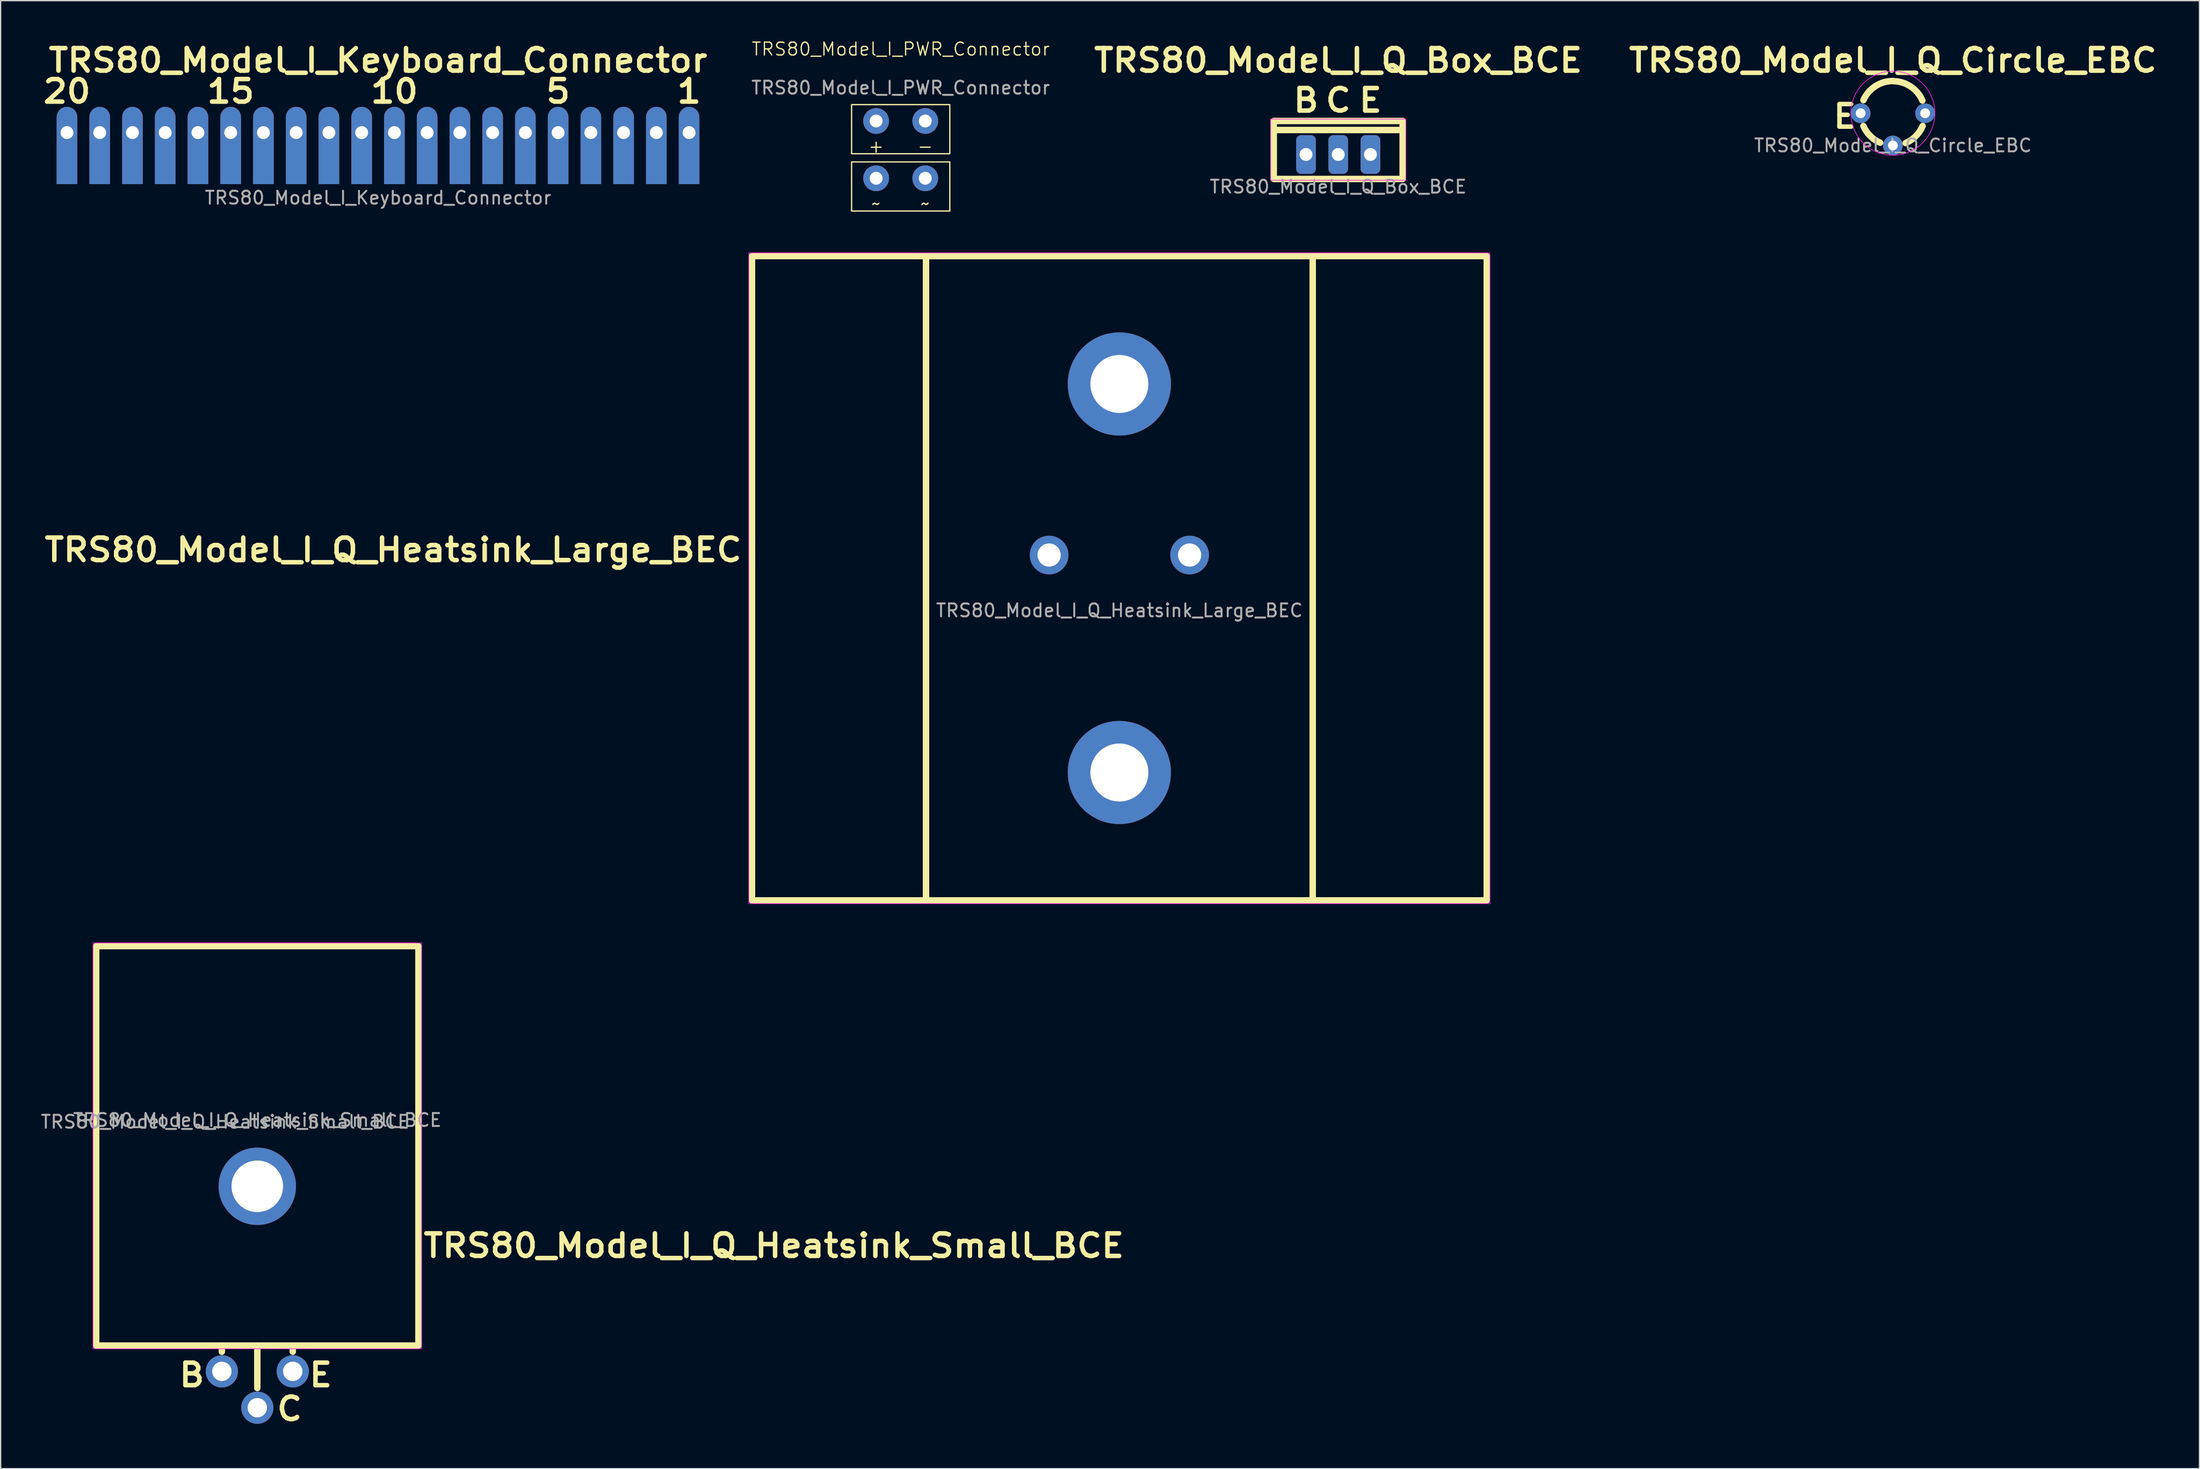
<source format=kicad_pcb>
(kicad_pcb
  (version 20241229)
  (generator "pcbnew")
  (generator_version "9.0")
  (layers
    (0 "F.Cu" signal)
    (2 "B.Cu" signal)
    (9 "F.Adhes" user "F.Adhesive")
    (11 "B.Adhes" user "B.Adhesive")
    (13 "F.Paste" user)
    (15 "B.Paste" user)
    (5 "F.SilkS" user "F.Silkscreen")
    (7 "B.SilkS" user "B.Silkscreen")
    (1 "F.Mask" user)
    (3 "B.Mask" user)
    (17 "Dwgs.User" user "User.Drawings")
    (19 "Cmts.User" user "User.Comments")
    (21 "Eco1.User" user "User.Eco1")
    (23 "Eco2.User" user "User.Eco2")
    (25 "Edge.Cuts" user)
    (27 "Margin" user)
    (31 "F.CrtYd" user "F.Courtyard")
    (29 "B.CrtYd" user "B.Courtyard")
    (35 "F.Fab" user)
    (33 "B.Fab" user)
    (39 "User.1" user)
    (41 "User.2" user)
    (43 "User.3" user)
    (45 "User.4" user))
  (footprint "TRS80_Model_I_Q_Circle_EBC"
    (layer "F.Cu")
    (at 143.788 5.738)
    (property "Reference" "TRS80_Model_I_Q_Circle_EBC" (at 0 -4.1 0) (unlocked yes) (layer "F.SilkS") (effects (font (size 1.75 1.9) (thickness 0.35) (bold yes))))
    (attr through_hole)
    (fp_arc (start -2.285999 -1.016) (mid -1.36316 -2.09758) (end 0 -2.501609) (stroke (width 0.5) (type default)) (layer "F.SilkS"))
    (fp_arc (start -0.990601 2.286) (mid -1.761688 1.761687) (end -2.286 0.9906) (stroke (width 0.5) (type default)) (layer "F.SilkS"))
    (fp_arc (start 0 -2.491401) (mid 1.367315 -2.082674) (end 2.285999 -0.9906) (stroke (width 0.5) (type default)) (layer "F.SilkS"))
    (fp_arc (start 2.3114 0.9906) (mid 1.778181 1.778181) (end 0.9906 2.311399) (stroke (width 0.5) (type default)) (layer "F.SilkS"))
    (fp_circle (center 0 0) (end 3.25 0.25) (stroke (width 0.05) (type default)) (fill no) (layer "F.CrtYd"))
    (fp_text user "E" (at -4.826 1.27 0) (unlocked yes) (layer "F.SilkS") (effects (font (size 1.75 1.9) (thickness 0.35) (bold yes)) (justify left bottom)))
    (fp_text user "${REFERENCE}" (at 0 2.5 0) (unlocked yes) (layer "F.Fab") (effects (font (size 1 1) (thickness 0.15))))
    (pad "1" thru_hole circle (at -2.5 0) (size 1.524 1.524) (drill 0.762) (layers "*.Cu" "*.Mask"))
    (pad "2" thru_hole circle (at 0 2.5) (size 1.524 1.524) (drill 0.762) (layers "*.Cu" "*.Mask"))
    (pad "3" thru_hole circle (at 2.5 0) (size 1.524 1.524) (drill 0.762) (layers "*.Cu" "*.Mask")))
  (footprint "TRS80_Model_I_Q_Heatsink_Small_BCE"
    (layer "F.Cu")
    (at 16.911 85.871)
    (property "Reference" "TRS80_Model_I_Q_Heatsink_Small_BCE" (at 12.7 7.747 0) (unlocked yes) (layer "F.SilkS") (effects (font (size 1.75 1.9) (thickness 0.35) (bold yes)) (justify left)))
    (attr through_hole)
    (fp_line (start -2.75 15.977) (end -2.75 15.5) (stroke (width 0.5) (type default)) (layer "F.SilkS"))
    (fp_line (start 0 18.796) (end 0 15.5) (stroke (width 0.5) (type default)) (layer "F.SilkS"))
    (fp_line (start 2.75 15.977) (end 2.75 15.75) (stroke (width 0.5) (type default)) (layer "F.SilkS"))
    (fp_rect (start -12.5 -15.5) (end 12.5 15.5) (stroke (width 0.5) (type default)) (fill no) (layer "F.SilkS"))
    (fp_rect (start -12.75 -15.75) (end 12.75 15.75) (stroke (width 0.05) (type default)) (fill no) (layer "F.CrtYd"))
    (fp_text user "B" (at -5.08 17.78 0) (unlocked yes) (layer "F.SilkS") (effects (font (size 1.75 1.9) (thickness 0.35) (bold yes))))
    (fp_text user "E" (at 4.92 17.78 0) (unlocked yes) (layer "F.SilkS") (effects (font (size 1.75 1.9) (thickness 0.35) (bold yes))))
    (fp_text user "C" (at 2.5 20.41 0) (unlocked yes) (layer "F.SilkS") (effects (font (size 1.75 1.9) (thickness 0.35) (bold yes))))
    (fp_text user "${REFERENCE}" (at -2.5 -1.863 0) (unlocked yes) (layer "F.Fab") (effects (font (size 1 1) (thickness 0.15))))
    (fp_text user "${REFERENCE}" (at 0 -2 0) (unlocked yes) (layer "F.Fab") (effects (font (size 1 1) (thickness 0.15))))
    (pad "1" thru_hole circle (at -2.75 17.5) (size 2.5 2.5) (drill 1.5) (layers "*.Cu" "*.Mask"))
    (pad "2" thru_hole circle (at 0 3.138) (size 6 6) (drill 4) (layers "*.Cu" "*.Mask"))
    (pad "2" thru_hole circle (at 0 20.32) (size 2.5 2.5) (drill 1.5) (layers "*.Cu" "*.Mask"))
    (pad "3" thru_hole circle (at 2.75 17.5) (size 2.5 2.5) (drill 1.5) (layers "*.Cu" "*.Mask")))
  (footprint "TRS80_Model_I_Keyboard_Connector"
    (layer "F.Cu")
    (at 26.275 2.138)
    (property "Reference" "TRS80_Model_I_Keyboard_Connector" (at 0 -0.5 0) (unlocked yes) (layer "F.SilkS") (effects (font (size 1.75 1.9) (thickness 0.35) (bold yes))))
    (attr through_hole)
    (fp_text user "20" (at -24.13 1.905 0) (unlocked yes) (layer "F.SilkS") (effects (font (size 1.75 1.9) (thickness 0.35) (bold yes))))
    (fp_text user "1" (at 24.13 1.905 0) (unlocked yes) (layer "F.SilkS") (effects (font (size 1.75 1.9) (thickness 0.35) (bold yes))))
    (fp_text user "15" (at -11.43 1.905 0) (unlocked yes) (layer "F.SilkS") (effects (font (size 1.75 1.9) (thickness 0.35) (bold yes))))
    (fp_text user "5" (at 13.97 1.905 0) (unlocked yes) (layer "F.SilkS") (effects (font (size 1.75 1.9) (thickness 0.35) (bold yes))))
    (fp_text user "10" (at 1.27 1.905 0) (unlocked yes) (layer "F.SilkS") (effects (font (size 1.75 1.9) (thickness 0.35) (bold yes))))
    (fp_text user "${REFERENCE}" (at 0 10.16 0) (unlocked yes) (layer "F.Fab") (effects (font (size 1 1) (thickness 0.15))))
    (pad "1" thru_hole roundrect (at 24.13 5.1) (size 1.6 6) (drill 1 (offset 0 1)) (layers "*.Cu" "*.Mask") (roundrect_rratio 0.5) (chamfer_ratio 0) (chamfer bottom_left bottom_right))
    (pad "2" thru_hole roundrect (at 21.59 5.1) (size 1.6 6) (drill 1 (offset 0 1)) (layers "*.Cu" "*.Mask") (roundrect_rratio 0.5) (chamfer_ratio 0) (chamfer bottom_left bottom_right))
    (pad "3" thru_hole roundrect (at 19.05 5.1) (size 1.6 6) (drill 1 (offset 0 1)) (layers "*.Cu" "*.Mask") (roundrect_rratio 0.5) (chamfer_ratio 0) (chamfer bottom_left bottom_right))
    (pad "4" thru_hole roundrect (at 16.51 5.1) (size 1.6 6) (drill 1 (offset 0 1)) (layers "*.Cu" "*.Mask") (roundrect_rratio 0.5) (chamfer_ratio 0) (chamfer bottom_left bottom_right))
    (pad "5" thru_hole roundrect (at 13.97 5.1) (size 1.6 6) (drill 1 (offset 0 1)) (layers "*.Cu" "*.Mask") (roundrect_rratio 0.5) (chamfer_ratio 0) (chamfer bottom_left bottom_right))
    (pad "6" thru_hole roundrect (at 11.43 5.1) (size 1.6 6) (drill 1 (offset 0 1)) (layers "*.Cu" "*.Mask") (roundrect_rratio 0.5) (chamfer_ratio 0) (chamfer bottom_left bottom_right))
    (pad "7" thru_hole roundrect (at 8.89 5.1) (size 1.6 6) (drill 1 (offset 0 1)) (layers "*.Cu" "*.Mask") (roundrect_rratio 0.5) (chamfer_ratio 0) (chamfer bottom_left bottom_right))
    (pad "8" thru_hole roundrect (at 6.35 5.1) (size 1.6 6) (drill 1 (offset 0 1)) (layers "*.Cu" "*.Mask") (roundrect_rratio 0.5) (chamfer_ratio 0) (chamfer bottom_left bottom_right))
    (pad "9" thru_hole roundrect (at 3.81 5.1) (size 1.6 6) (drill 1 (offset 0 1)) (layers "*.Cu" "*.Mask") (roundrect_rratio 0.5) (chamfer_ratio 0) (chamfer bottom_left bottom_right))
    (pad "10" thru_hole roundrect (at 1.27 5.1) (size 1.6 6) (drill 1 (offset 0 1)) (layers "*.Cu" "*.Mask") (roundrect_rratio 0.5) (chamfer_ratio 0) (chamfer bottom_left bottom_right))
    (pad "11" thru_hole roundrect (at -1.27 5.1) (size 1.6 6) (drill 1 (offset 0 1)) (layers "*.Cu" "*.Mask") (roundrect_rratio 0.5) (chamfer_ratio 0) (chamfer bottom_left bottom_right))
    (pad "12" thru_hole roundrect (at -3.81 5.1) (size 1.6 6) (drill 1 (offset 0 1)) (layers "*.Cu" "*.Mask") (roundrect_rratio 0.5) (chamfer_ratio 0) (chamfer bottom_left bottom_right))
    (pad "13" thru_hole roundrect (at -6.35 5.1) (size 1.6 6) (drill 1 (offset 0 1)) (layers "*.Cu" "*.Mask") (roundrect_rratio 0.5) (chamfer_ratio 0) (chamfer bottom_left bottom_right))
    (pad "14" thru_hole roundrect (at -8.89 5.1) (size 1.6 6) (drill 1 (offset 0 1)) (layers "*.Cu" "*.Mask") (roundrect_rratio 0.5) (chamfer_ratio 0) (chamfer bottom_left bottom_right))
    (pad "15" thru_hole roundrect (at -11.43 5.1) (size 1.6 6) (drill 1 (offset 0 1)) (layers "*.Cu" "*.Mask") (roundrect_rratio 0.5) (chamfer_ratio 0) (chamfer bottom_left bottom_right))
    (pad "16" thru_hole roundrect (at -13.97 5.1) (size 1.6 6) (drill 1 (offset 0 1)) (layers "*.Cu" "*.Mask") (roundrect_rratio 0.5) (chamfer_ratio 0) (chamfer bottom_left bottom_right))
    (pad "17" thru_hole roundrect (at -16.51 5.1) (size 1.6 6) (drill 1 (offset 0 1)) (layers "*.Cu" "*.Mask") (roundrect_rratio 0.5) (chamfer_ratio 0) (chamfer bottom_left bottom_right))
    (pad "18" thru_hole roundrect (at -19.05 5.1) (size 1.6 6) (drill 1 (offset 0 1)) (layers "*.Cu" "*.Mask") (roundrect_rratio 0.5) (chamfer_ratio 0) (chamfer bottom_left bottom_right))
    (pad "19" thru_hole roundrect (at -21.59 5.1) (size 1.6 6) (drill 1 (offset 0 1)) (layers "*.Cu" "*.Mask") (roundrect_rratio 0.5) (chamfer_ratio 0) (chamfer bottom_left bottom_right))
    (pad "20" thru_hole roundrect (at -24.13 5.1) (size 1.6 6) (drill 1 (offset 0 1)) (layers "*.Cu" "*.Mask") (roundrect_rratio 0.5) (chamfer_ratio 0) (chamfer bottom_left bottom_right)))
  (footprint "TRS80_Model_I_Q_Heatsink_Large_BEC"
    (layer "F.Cu")
    (at 83.784 41.822)
    (property "Reference" "TRS80_Model_I_Q_Heatsink_Large_BEC" (at -29.1 -2.2 0) (unlocked yes) (layer "F.SilkS") (effects (font (size 1.75 1.9) (thickness 0.35) (bold yes)) (justify right)))
    (attr through_hole)
    (fp_rect (start -28.5 -25) (end 28.5 25) (stroke (width 0.5) (type default)) (fill no) (layer "F.SilkS"))
    (fp_rect (start -15 -25) (end 15 25) (stroke (width 0.5) (type default)) (fill no) (layer "F.SilkS"))
    (fp_rect (start -28.75 -25.25) (end 28.75 25.25) (stroke (width 0.05) (type default)) (fill no) (layer "F.CrtYd"))
    (fp_text user "${REFERENCE}" (at 0 2.5 0) (unlocked yes) (layer "F.Fab") (effects (font (size 1 1) (thickness 0.15))))
    (pad "1" thru_hole circle (at 5.45 -1.8) (size 3 3) (drill 1.8) (layers "*.Cu" "*.Mask"))
    (pad "2" thru_hole circle (at -5.45 -1.8) (size 3 3) (drill 1.8) (layers "*.Cu" "*.Mask"))
    (pad "3" thru_hole circle (at 0 -15.075) (size 8 8) (drill 4.5) (layers "*.Cu" "*.Mask"))
    (pad "3" thru_hole circle (at 0 15.075) (size 8 8) (drill 4.5) (layers "*.Cu" "*.Mask")))
  (footprint "TRS80_Model_I_PWR_Connector"
    (layer "F.Cu")
    (at 66.82 1.26)
    (property "Reference" "TRS80_Model_I_PWR_Connector" (at 0 -0.5 0) (unlocked yes) (layer "F.SilkS") (effects (font (size 1 1) (thickness 0.1))))
    (attr through_hole)
    (fp_rect (start -3.81 3.81) (end 3.81 7.62) (stroke (width 0.1) (type default)) (fill no) (layer "F.SilkS"))
    (fp_rect (start -3.81 8.255) (end 3.81 12.065) (stroke (width 0.1) (type default)) (fill no) (layer "F.SilkS"))
    (fp_text user "-" (at 1.905 7.62 0) (unlocked yes) (layer "F.SilkS") (effects (font (size 1 1) (thickness 0.1)) (justify bottom)))
    (fp_text user "~" (at -1.905 12.065 0) (unlocked yes) (layer "F.SilkS") (effects (font (size 1 1) (thickness 0.1)) (justify bottom)))
    (fp_text user "+" (at -1.905 7.62 0) (unlocked yes) (layer "F.SilkS") (effects (font (size 1 1) (thickness 0.1)) (justify bottom)))
    (fp_text user "~" (at 1.905 12.065 0) (unlocked yes) (layer "F.SilkS") (effects (font (size 1 1) (thickness 0.1)) (justify bottom)))
    (fp_text user "${REFERENCE}" (at 0 2.5 0) (unlocked yes) (layer "F.Fab") (effects (font (size 1 1) (thickness 0.15))))
    (pad "1" thru_hole circle (at -1.905 5.08) (size 2 2) (drill 1) (layers "*.Cu" "*.Mask"))
    (pad "2" thru_hole circle (at 1.905 5.08) (size 2 2) (drill 1) (layers "*.Cu" "*.Mask"))
    (pad "3" thru_hole circle (at 1.905 9.525) (size 2 2) (drill 1) (layers "*.Cu" "*.Mask"))
    (pad "4" thru_hole circle (at -1.905 9.525) (size 2 2) (drill 1) (layers "*.Cu" "*.Mask")))
  (footprint "TRS80_Model_I_Q_Box_BCE"
    (layer "F.Cu")
    (at 100.761 8.938)
    (property "Reference" "TRS80_Model_I_Q_Box_BCE" (at 0 -7.3 0) (unlocked yes) (layer "F.SilkS") (effects (font (size 1.75 1.9) (thickness 0.35) (bold yes))))
    (attr through_hole)
    (fp_line (start -5 -1.9) (end 5 -1.9) (stroke (width 0.5) (type default)) (layer "F.SilkS"))
    (fp_rect (start -5 -2.6) (end 5 1.9) (stroke (width 0.5) (type default)) (fill no) (layer "F.SilkS"))
    (fp_rect (start -5.25 -2.746) (end 5.25 1.996) (stroke (width 0.05) (type default)) (fill no) (layer "F.CrtYd"))
    (fp_text user "E" (at 2.5 -4.2 0) (unlocked yes) (layer "F.SilkS") (effects (font (size 1.75 1.9) (thickness 0.35) (bold yes))))
    (fp_text user "B" (at -2.5 -4.2 0) (unlocked yes) (layer "F.SilkS") (effects (font (size 1.75 1.9) (thickness 0.35) (bold yes))))
    (fp_text user "C" (at 0 -4.2 0) (unlocked yes) (layer "F.SilkS") (effects (font (size 1.75 1.9) (thickness 0.35) (bold yes))))
    (fp_text user "${REFERENCE}" (at 0 2.5 0) (unlocked yes) (layer "F.Fab") (effects (font (size 1 1) (thickness 0.15))))
    (pad "1" thru_hole roundrect (at -2.5 0) (size 1.524 3) (drill 1) (layers "*.Cu" "*.Mask") (roundrect_rratio 0.25))
    (pad "2" thru_hole roundrect (at 0 0) (size 1.524 3) (drill 1) (layers "*.Cu" "*.Mask") (roundrect_rratio 0.25))
    (pad "3" thru_hole roundrect (at 2.5 0) (size 1.524 3) (drill 1) (layers "*.Cu" "*.Mask") (roundrect_rratio 0.25)))
  (gr_rect
    (start -3 -3)
    (end 167.571 110.919)
    (stroke (width 0.1) (type default))
    (fill no)
    (layer "Edge.Cuts")))
</source>
